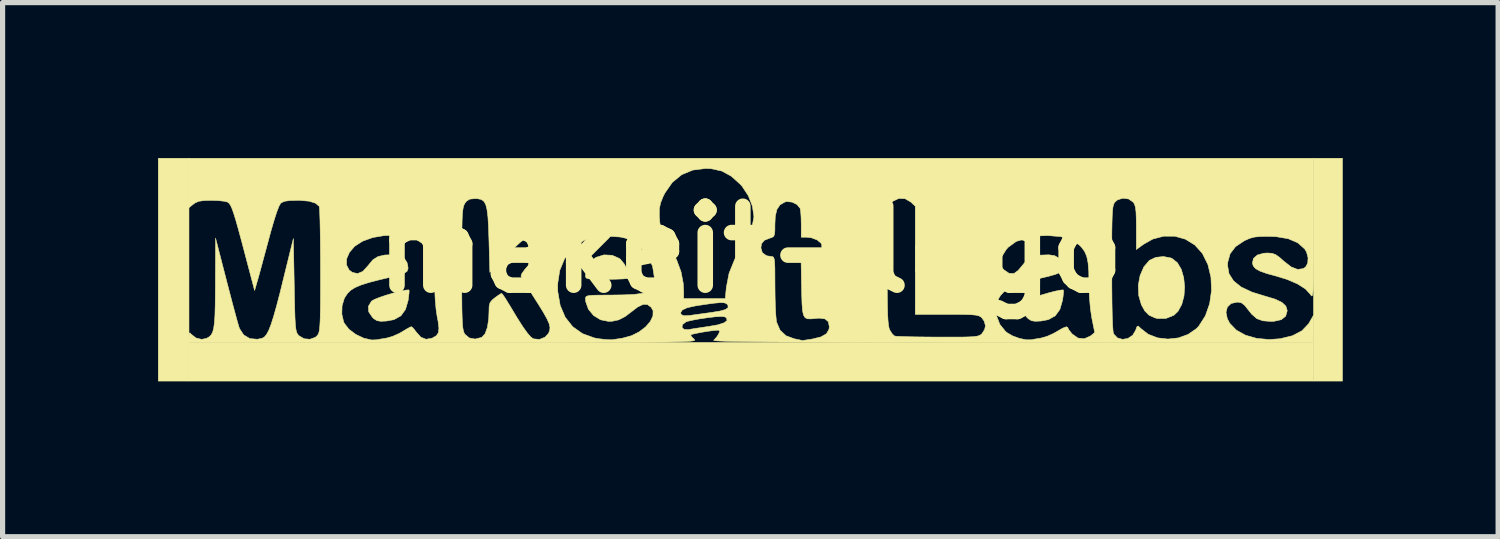
<source format=kicad_pcb>
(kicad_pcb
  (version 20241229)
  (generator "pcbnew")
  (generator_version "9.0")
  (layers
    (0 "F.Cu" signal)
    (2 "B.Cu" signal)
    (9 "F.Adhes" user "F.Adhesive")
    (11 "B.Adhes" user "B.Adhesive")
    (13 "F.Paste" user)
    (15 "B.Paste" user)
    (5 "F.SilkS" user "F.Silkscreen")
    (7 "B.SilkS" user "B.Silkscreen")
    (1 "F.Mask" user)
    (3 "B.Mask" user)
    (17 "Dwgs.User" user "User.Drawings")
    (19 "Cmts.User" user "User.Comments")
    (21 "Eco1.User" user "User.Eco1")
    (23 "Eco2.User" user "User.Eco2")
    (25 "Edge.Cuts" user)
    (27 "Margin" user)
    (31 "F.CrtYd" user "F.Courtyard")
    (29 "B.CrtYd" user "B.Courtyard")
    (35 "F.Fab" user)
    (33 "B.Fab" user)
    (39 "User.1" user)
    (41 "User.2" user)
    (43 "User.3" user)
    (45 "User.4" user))
  (footprint "makeit-logo"
    (layer "F.Cu")
    (at 11.435 1.766)
    (property "Reference" "makeit-logo" (at 0 0 0) (layer "F.SilkS") (effects (font (size 1.524 1.524) (thickness 0.3))))
    (attr through_hole)
    (fp_poly (pts (xy -10.837 -1.761) (xy -10.837 2.54) (xy -11.43 2.54) (xy -11.43 -1.761)) (stroke (width 0.01) (type solid)) (fill yes) (layer "F.SilkS"))
    (fp_poly (pts (xy -10.837 1.795) (xy 10.871 1.795) (xy 10.871 2.54) (xy -10.837 2.54)) (stroke (width 0.01) (type solid)) (fill yes) (layer "F.SilkS"))
    (fp_poly (pts (xy 11.43 -1.761) (xy 11.43 2.54) (xy 10.871 2.54) (xy 10.871 -1.761)) (stroke (width 0.01) (type solid)) (fill yes) (layer "F.SilkS"))
    (fp_poly (pts (xy -6.589 0.783) (xy -6.587 0.821) (xy -6.596 0.904) (xy -6.606 0.981) (xy -6.657 1.157) (xy -6.746 1.28) (xy -6.879 1.354) (xy -7.023 1.381) (xy -7.136 1.386) (xy -7.208 1.374) (xy -7.266 1.338) (xy -7.296 1.309) (xy -7.368 1.203) (xy -7.374 1.098) (xy -7.316 1.001) (xy -7.307 0.993) (xy -7.252 0.962) (xy -7.155 0.924) (xy -7.031 0.882) (xy -6.896 0.842) (xy -6.769 0.808) (xy -6.665 0.786) (xy -6.6 0.78) (xy -6.589 0.783)) (stroke (width 0.01) (type solid)) (fill yes) (layer "F.SilkS"))
    (fp_poly (pts (xy -2.668 0.112) (xy -2.531 0.172) (xy -2.51 0.188) (xy -2.431 0.284) (xy -2.368 0.411) (xy -2.338 0.534) (xy -2.337 0.55) (xy -2.369 0.56) (xy -2.455 0.568) (xy -2.584 0.573) (xy -2.742 0.576) (xy -2.76 0.576) (xy -2.936 0.575) (xy -3.054 0.572) (xy -3.128 0.565) (xy -3.166 0.552) (xy -3.181 0.531) (xy -3.183 0.505) (xy -3.159 0.387) (xy -3.096 0.267) (xy -3.012 0.174) (xy -2.977 0.151) (xy -2.825 0.104) (xy -2.668 0.112)) (stroke (width 0.01) (type solid)) (fill yes) (layer "F.SilkS"))
    (fp_poly (pts (xy 6.043 0.783) (xy 6.045 0.821) (xy 6.037 0.904) (xy 6.026 0.981) (xy 5.975 1.157) (xy 5.886 1.28) (xy 5.753 1.354) (xy 5.61 1.381) (xy 5.496 1.386) (xy 5.424 1.374) (xy 5.367 1.338) (xy 5.336 1.309) (xy 5.265 1.204) (xy 5.257 1.099) (xy 5.313 1.006) (xy 5.334 0.988) (xy 5.391 0.958) (xy 5.491 0.92) (xy 5.616 0.879) (xy 5.749 0.84) (xy 5.875 0.807) (xy 5.976 0.786) (xy 6.035 0.78) (xy 6.043 0.783)) (stroke (width 0.01) (type solid)) (fill yes) (layer "F.SilkS"))
    (fp_poly (pts (xy 8.118 0.164) (xy 8.139 0.173) (xy 8.243 0.255) (xy 8.319 0.384) (xy 8.365 0.544) (xy 8.383 0.72) (xy 8.371 0.897) (xy 8.328 1.06) (xy 8.255 1.194) (xy 8.176 1.269) (xy 8.024 1.331) (xy 7.861 1.333) (xy 7.813 1.321) (xy 7.698 1.27) (xy 7.616 1.189) (xy 7.548 1.067) (xy 7.496 0.887) (xy 7.488 0.693) (xy 7.523 0.504) (xy 7.595 0.337) (xy 7.702 0.211) (xy 7.705 0.209) (xy 7.826 0.152) (xy 7.973 0.136) (xy 8.118 0.164)) (stroke (width 0.01) (type solid)) (fill yes) (layer "F.SilkS"))
    (fp_poly (pts (xy 10.871 -0.398) (xy 10.871 -0.059) (xy 10.871 0.218) (xy 10.869 0.439) (xy 10.867 0.609) (xy 10.864 0.734) (xy 10.86 0.819) (xy 10.853 0.871) (xy 10.845 0.895) (xy 10.834 0.897) (xy 10.821 0.883) (xy 10.809 0.864) (xy 10.715 0.762) (xy 10.563 0.665) (xy 10.364 0.579) (xy 10.159 0.516) (xy 9.969 0.464) (xy 9.837 0.417) (xy 9.753 0.37) (xy 9.708 0.318) (xy 9.692 0.265) (xy 9.711 0.173) (xy 9.787 0.107) (xy 9.911 0.072) (xy 9.983 0.068) (xy 10.07 0.074) (xy 10.142 0.1) (xy 10.221 0.157) (xy 10.298 0.226) (xy 10.441 0.337) (xy 10.565 0.385) (xy 10.672 0.369) (xy 10.717 0.34) (xy 10.759 0.266) (xy 10.766 0.161) (xy 10.737 0.051) (xy 10.702 -0.009) (xy 10.567 -0.129) (xy 10.383 -0.208) (xy 10.146 -0.248) (xy 10.007 -0.253) (xy 9.848 -0.251) (xy 9.734 -0.24) (xy 9.642 -0.216) (xy 9.549 -0.175) (xy 9.533 -0.167) (xy 9.366 -0.055) (xy 9.261 0.082) (xy 9.215 0.248) (xy 9.212 0.309) (xy 9.24 0.468) (xy 9.327 0.606) (xy 9.474 0.724) (xy 9.683 0.823) (xy 9.934 0.9) (xy 10.128 0.958) (xy 10.261 1.021) (xy 10.337 1.093) (xy 10.363 1.177) (xy 10.363 1.183) (xy 10.334 1.287) (xy 10.249 1.355) (xy 10.109 1.386) (xy 10.053 1.389) (xy 9.894 1.377) (xy 9.777 1.335) (xy 9.679 1.25) (xy 9.616 1.171) (xy 9.542 1.078) (xy 9.481 1.031) (xy 9.412 1.016) (xy 9.398 1.016) (xy 9.281 1.042) (xy 9.208 1.111) (xy 9.182 1.213) (xy 9.207 1.336) (xy 9.255 1.426) (xy 9.382 1.557) (xy 9.559 1.655) (xy 9.774 1.716) (xy 10.015 1.738) (xy 10.225 1.723) (xy 10.464 1.665) (xy 10.648 1.569) (xy 10.777 1.433) (xy 10.793 1.405) (xy 10.87 1.27) (xy 10.871 1.532) (xy 10.871 1.795) (xy 5.055 1.794) (xy 4.291 1.794) (xy 3.593 1.793) (xy 2.957 1.793) (xy 2.382 1.792) (xy 1.865 1.791) (xy 1.403 1.789) (xy 0.995 1.788) (xy 0.637 1.786) (xy 0.327 1.784) (xy 0.063 1.781) (xy -0.158 1.778) (xy -0.337 1.775) (xy -0.479 1.771) (xy -0.584 1.767) (xy -0.656 1.763) (xy -0.697 1.758) (xy -0.709 1.753) (xy -0.708 1.752) (xy -0.65 1.689) (xy -0.614 1.634) (xy -0.591 1.578) (xy -0.611 1.559) (xy -0.634 1.558) (xy -0.707 1.564) (xy -0.813 1.578) (xy -0.931 1.597) (xy -1.04 1.618) (xy -1.121 1.636) (xy -1.151 1.647) (xy -1.14 1.678) (xy -1.091 1.728) (xy -1.088 1.73) (xy -1.079 1.739) (xy -1.074 1.747) (xy -1.078 1.754) (xy -1.093 1.761) (xy -1.123 1.766) (xy -1.172 1.771) (xy -1.241 1.776) (xy -1.335 1.78) (xy -1.457 1.783) (xy -1.609 1.786) (xy -1.795 1.788) (xy -2.019 1.79) (xy -2.283 1.791) (xy -2.59 1.793) (xy -2.944 1.793) (xy -3.348 1.794) (xy -3.806 1.795) (xy -4.319 1.795) (xy -4.892 1.795) (xy -5.528 1.795) (xy -5.923 1.795) (xy -10.837 1.795) (xy -10.837 1.687) (xy -10.834 1.618) (xy -10.819 1.608) (xy -10.795 1.635) (xy -10.704 1.707) (xy -10.592 1.735) (xy -10.496 1.715) (xy -10.448 1.687) (xy -10.411 1.652) (xy -10.382 1.601) (xy -10.361 1.526) (xy -10.346 1.42) (xy -10.336 1.275) (xy -10.331 1.082) (xy -10.328 0.835) (xy -10.327 0.643) (xy -10.324 -0.22) (xy -10.11 0.61) (xy -10.05 0.841) (xy -9.994 1.054) (xy -9.944 1.24) (xy -9.904 1.387) (xy -9.875 1.486) (xy -9.863 1.524) (xy -9.781 1.649) (xy -9.663 1.72) (xy -9.517 1.733) (xy -9.426 1.714) (xy -9.382 1.69) (xy -9.341 1.642) (xy -9.299 1.565) (xy -9.254 1.451) (xy -9.204 1.295) (xy -9.146 1.09) (xy -9.078 0.83) (xy -9.021 0.597) (xy -8.822 -0.211) (xy -8.805 0.69) (xy -8.8 0.96) (xy -8.795 1.171) (xy -8.79 1.331) (xy -8.783 1.448) (xy -8.774 1.53) (xy -8.763 1.585) (xy -8.748 1.622) (xy -8.728 1.649) (xy -8.715 1.664) (xy -8.615 1.723) (xy -8.501 1.733) (xy -8.397 1.695) (xy -8.357 1.658) (xy -8.341 1.633) (xy -8.328 1.599) (xy -8.318 1.548) (xy -8.311 1.472) (xy -8.305 1.366) (xy -8.302 1.249) (xy -7.886 1.249) (xy -7.852 1.396) (xy -7.84 1.422) (xy -7.75 1.539) (xy -7.617 1.639) (xy -7.464 1.712) (xy -7.311 1.747) (xy -7.214 1.743) (xy -7.149 1.731) (xy -7.051 1.715) (xy -7.022 1.71) (xy -6.908 1.678) (xy -6.78 1.621) (xy -6.724 1.589) (xy -6.633 1.534) (xy -6.566 1.498) (xy -6.544 1.49) (xy -6.51 1.516) (xy -6.461 1.578) (xy -6.453 1.59) (xy -6.36 1.694) (xy -6.26 1.733) (xy -6.144 1.712) (xy -6.14 1.71) (xy -6.065 1.667) (xy -6.023 1.608) (xy -6.012 1.52) (xy -6.028 1.388) (xy -6.045 1.303) (xy -6.066 1.165) (xy -6.083 0.984) (xy -6.093 0.785) (xy -6.095 0.657) (xy -6.099 0.433) (xy -6.104 0.372) (xy -5.571 0.372) (xy -5.571 0.688) (xy -5.57 0.943) (xy -5.568 1.145) (xy -5.564 1.3) (xy -5.559 1.416) (xy -5.552 1.5) (xy -5.542 1.559) (xy -5.53 1.6) (xy -5.514 1.631) (xy -5.511 1.636) (xy -5.427 1.707) (xy -5.314 1.729) (xy -5.191 1.698) (xy -5.181 1.693) (xy -5.121 1.626) (xy -5.076 1.503) (xy -5.051 1.336) (xy -5.046 1.212) (xy -5.043 1.099) (xy -5.026 1.028) (xy -4.985 0.976) (xy -4.933 0.933) (xy -4.859 0.88) (xy -4.809 0.849) (xy -4.801 0.847) (xy -4.777 0.874) (xy -4.728 0.946) (xy -4.664 1.05) (xy -4.638 1.092) (xy -4.5 1.322) (xy -4.389 1.496) (xy -4.301 1.618) (xy -4.233 1.694) (xy -4.187 1.725) (xy -4.071 1.736) (xy -3.963 1.692) (xy -3.898 1.621) (xy -3.874 1.565) (xy -3.868 1.505) (xy -3.884 1.433) (xy -3.927 1.337) (xy -3.999 1.208) (xy -4.105 1.037) (xy -4.152 0.964) (xy -4.246 0.815) (xy -4.328 0.684) (xy -4.341 0.663) (xy -3.72 0.663) (xy -3.718 0.811) (xy -3.671 1.081) (xy -3.574 1.308) (xy -3.429 1.491) (xy -3.24 1.625) (xy -3.009 1.708) (xy -2.925 1.723) (xy -2.805 1.737) (xy -2.704 1.743) (xy -2.659 1.741) (xy -2.581 1.729) (xy -2.477 1.713) (xy -2.457 1.709) (xy -2.294 1.664) (xy -2.147 1.59) (xy -2.034 1.504) (xy -1.32 1.504) (xy -1.28 1.542) (xy -1.194 1.547) (xy -1.186 1.545) (xy -1.113 1.532) (xy -0.995 1.514) (xy -0.855 1.493) (xy -0.813 1.487) (xy -0.625 1.454) (xy -0.503 1.414) (xy -0.449 1.37) (xy -0.462 1.32) (xy -0.466 1.315) (xy -0.503 1.298) (xy -0.572 1.293) (xy -0.686 1.3) (xy -0.834 1.318) (xy -0.985 1.34) (xy -1.118 1.365) (xy -1.213 1.387) (xy -1.241 1.397) (xy -1.31 1.449) (xy -1.32 1.504) (xy -2.034 1.504) (xy -2.023 1.496) (xy -1.932 1.39) (xy -1.881 1.283) (xy -1.879 1.221) (xy -1.347 1.221) (xy -1.336 1.255) (xy -1.283 1.279) (xy -1.176 1.274) (xy -1.172 1.274) (xy -1.069 1.259) (xy -0.928 1.24) (xy -0.777 1.219) (xy -0.763 1.217) (xy -0.592 1.19) (xy -0.483 1.16) (xy -0.431 1.124) (xy -0.432 1.081) (xy -0.446 1.06) (xy -0.472 1.039) (xy -0.516 1.028) (xy -0.587 1.027) (xy -0.695 1.036) (xy -0.85 1.057) (xy -1.056 1.088) (xy -1.216 1.123) (xy -1.314 1.168) (xy -1.347 1.221) (xy -1.879 1.221) (xy -1.878 1.182) (xy -1.915 1.116) (xy -1.988 1.062) (xy -2.071 1.06) (xy -2.175 1.11) (xy -2.273 1.185) (xy -2.416 1.294) (xy -2.54 1.358) (xy -2.666 1.385) (xy -2.737 1.388) (xy -2.892 1.357) (xy -3.027 1.274) (xy -3.127 1.152) (xy -3.179 1.005) (xy -3.183 0.949) (xy -3.18 0.922) (xy -3.163 0.903) (xy -3.123 0.891) (xy -3.048 0.884) (xy -2.929 0.881) (xy -2.756 0.88) (xy -2.701 0.88) (xy -2.436 0.876) (xy -2.231 0.866) (xy -2.079 0.845) (xy -1.973 0.811) (xy -1.905 0.761) (xy -1.867 0.691) (xy -1.853 0.6) (xy -1.852 0.548) (xy -1.888 0.323) (xy -1.985 0.119) (xy -2.136 -0.055) (xy -2.319 -0.18) (xy -2.407 -0.217) (xy -2.507 -0.24) (xy -2.639 -0.25) (xy -2.76 -0.253) (xy -2.914 -0.251) (xy -3.022 -0.242) (xy -3.108 -0.22) (xy -3.194 -0.182) (xy -3.244 -0.155) (xy -3.439 -0.01) (xy -3.586 0.179) (xy -3.68 0.405) (xy -3.72 0.663) (xy -4.341 0.663) (xy -4.39 0.582) (xy -4.424 0.522) (xy -4.428 0.514) (xy -4.414 0.47) (xy -4.36 0.393) (xy -4.276 0.295) (xy -4.242 0.26) (xy -4.12 0.13) (xy -4.047 0.032) (xy -4.016 -0.045) (xy -4.024 -0.112) (xy -4.066 -0.181) (xy -4.066 -0.181) (xy -4.125 -0.243) (xy -4.185 -0.273) (xy -4.255 -0.266) (xy -4.341 -0.22) (xy -4.452 -0.13) (xy -4.596 0.006) (xy -4.676 0.086) (xy -5.029 0.442) (xy -5.046 -0.178) (xy -5.055 -0.433) (xy -5.066 -0.628) (xy -5.07 -0.658) (xy -1.758 -0.658) (xy -1.756 -0.614) (xy -1.746 -0.507) (xy -1.728 -0.414) (xy -1.693 -0.319) (xy -1.636 -0.203) (xy -1.551 -0.05) (xy -1.422 0.204) (xy -1.338 0.432) (xy -1.296 0.652) (xy -1.287 0.819) (xy -1.287 0.948) (xy -0.484 0.948) (xy -0.464 0.734) (xy -0.411 0.459) (xy -0.302 0.189) (xy -0.17 -0.031) (xy 0.203 -0.031) (xy 0.232 0.064) (xy 0.313 0.121) (xy 0.404 0.135) (xy 0.43 0.138) (xy 0.448 0.152) (xy 0.461 0.188) (xy 0.469 0.254) (xy 0.473 0.361) (xy 0.474 0.517) (xy 0.475 0.703) (xy 0.477 0.903) (xy 0.482 1.089) (xy 0.49 1.246) (xy 0.5 1.36) (xy 0.506 1.402) (xy 0.573 1.557) (xy 0.688 1.665) (xy 0.848 1.724) (xy 0.938 1.742) (xy 0.992 1.755) (xy 0.999 1.757) (xy 1.029 1.754) (xy 1.108 1.742) (xy 1.198 1.728) (xy 1.364 1.687) (xy 1.469 1.626) (xy 1.518 1.541) (xy 1.524 1.489) (xy 1.504 1.393) (xy 1.44 1.34) (xy 1.326 1.325) (xy 1.259 1.331) (xy 1.17 1.34) (xy 1.103 1.338) (xy 1.057 1.317) (xy 1.026 1.267) (xy 1.007 1.18) (xy 0.997 1.048) (xy 0.991 0.863) (xy 0.988 0.712) (xy 0.981 0.325) (xy 2.642 0.325) (xy 2.642 0.644) (xy 2.644 0.902) (xy 2.647 1.106) (xy 2.651 1.263) (xy 2.658 1.38) (xy 2.667 1.463) (xy 2.678 1.52) (xy 2.692 1.556) (xy 2.739 1.63) (xy 2.784 1.671) (xy 2.785 1.671) (xy 2.83 1.676) (xy 2.932 1.68) (xy 3.082 1.685) (xy 3.27 1.688) (xy 3.485 1.69) (xy 3.615 1.691) (xy 3.867 1.691) (xy 4.06 1.691) (xy 4.202 1.688) (xy 4.304 1.683) (xy 4.373 1.674) (xy 4.418 1.662) (xy 4.449 1.644) (xy 4.47 1.626) (xy 4.522 1.545) (xy 4.538 1.473) (xy 4.515 1.386) (xy 4.47 1.321) (xy 4.442 1.297) (xy 4.404 1.279) (xy 4.348 1.267) (xy 4.262 1.259) (xy 4.138 1.255) (xy 3.963 1.253) (xy 3.793 1.253) (xy 3.183 1.253) (xy 3.183 1.111) (xy 4.744 1.111) (xy 4.753 1.283) (xy 4.816 1.446) (xy 4.927 1.583) (xy 4.954 1.605) (xy 5.064 1.669) (xy 5.2 1.718) (xy 5.331 1.744) (xy 5.419 1.743) (xy 5.483 1.731) (xy 5.581 1.715) (xy 5.611 1.71) (xy 5.724 1.678) (xy 5.852 1.621) (xy 5.908 1.589) (xy 6.027 1.52) (xy 6.099 1.492) (xy 6.128 1.505) (xy 6.13 1.516) (xy 6.151 1.555) (xy 6.203 1.62) (xy 6.216 1.634) (xy 6.325 1.71) (xy 6.445 1.723) (xy 6.562 1.672) (xy 6.571 1.665) (xy 6.648 1.603) (xy 6.592 1.326) (xy 6.564 1.14) (xy 6.545 0.915) (xy 6.536 0.681) (xy 6.536 0.648) (xy 6.533 0.426) (xy 6.527 0.362) (xy 6.977 0.362) (xy 6.978 0.73) (xy 6.981 1.037) (xy 6.986 1.282) (xy 6.993 1.464) (xy 7.002 1.581) (xy 7.013 1.63) (xy 7.086 1.707) (xy 7.184 1.735) (xy 7.288 1.717) (xy 7.379 1.657) (xy 7.436 1.563) (xy 7.462 1.491) (xy 7.486 1.477) (xy 7.524 1.512) (xy 7.533 1.522) (xy 7.681 1.637) (xy 7.862 1.706) (xy 8.06 1.729) (xy 8.262 1.707) (xy 8.45 1.639) (xy 8.611 1.528) (xy 8.657 1.479) (xy 8.784 1.28) (xy 8.866 1.046) (xy 8.902 0.793) (xy 8.891 0.536) (xy 8.833 0.293) (xy 8.727 0.078) (xy 8.727 0.077) (xy 8.579 -0.087) (xy 8.397 -0.199) (xy 8.194 -0.256) (xy 7.98 -0.257) (xy 7.768 -0.201) (xy 7.591 -0.101) (xy 7.451 0.000425) (xy 7.451 -0.419) (xy 7.449 -0.603) (xy 7.444 -0.732) (xy 7.432 -0.819) (xy 7.414 -0.876) (xy 7.391 -0.913) (xy 7.302 -0.975) (xy 7.192 -0.99) (xy 7.088 -0.958) (xy 7.039 -0.916) (xy 7.022 -0.892) (xy 7.009 -0.859) (xy 6.998 -0.811) (xy 6.991 -0.741) (xy 6.985 -0.641) (xy 6.981 -0.506) (xy 6.978 -0.327) (xy 6.977 -0.098) (xy 6.977 0.188) (xy 6.977 0.362) (xy 6.527 0.362) (xy 6.519 0.258) (xy 6.493 0.132) (xy 6.45 0.034) (xy 6.388 -0.048) (xy 6.343 -0.092) (xy 6.189 -0.19) (xy 5.988 -0.249) (xy 5.737 -0.269) (xy 5.6 -0.264) (xy 5.338 -0.228) (xy 5.129 -0.153) (xy 4.975 -0.041) (xy 4.937 0.004) (xy 4.852 0.141) (xy 4.826 0.252) (xy 4.855 0.347) (xy 4.891 0.39) (xy 4.993 0.46) (xy 5.088 0.464) (xy 5.172 0.403) (xy 5.173 0.401) (xy 5.275 0.278) (xy 5.349 0.197) (xy 5.41 0.15) (xy 5.474 0.125) (xy 5.554 0.113) (xy 5.598 0.109) (xy 5.763 0.103) (xy 5.875 0.12) (xy 5.948 0.163) (xy 5.993 0.234) (xy 6.022 0.307) (xy 6.033 0.364) (xy 6.02 0.408) (xy 5.975 0.445) (xy 5.891 0.48) (xy 5.76 0.517) (xy 5.574 0.561) (xy 5.44 0.592) (xy 5.212 0.652) (xy 5.04 0.718) (xy 4.916 0.795) (xy 4.828 0.889) (xy 4.792 0.948) (xy 4.744 1.111) (xy 3.183 1.111) (xy 3.183 -0.835) (xy 3.1 -0.914) (xy 2.987 -0.98) (xy 2.865 -0.985) (xy 2.753 -0.932) (xy 2.718 -0.898) (xy 2.697 -0.872) (xy 2.681 -0.845) (xy 2.668 -0.807) (xy 2.658 -0.753) (xy 2.651 -0.674) (xy 2.647 -0.564) (xy 2.644 -0.415) (xy 2.642 -0.22) (xy 2.642 0.029) (xy 2.642 0.325) (xy 0.981 0.325) (xy 0.978 0.135) (xy 1.115 0.135) (xy 1.237 0.115) (xy 1.329 0.063) (xy 1.38 -0.011) (xy 1.378 -0.093) (xy 1.363 -0.122) (xy 1.288 -0.185) (xy 1.175 -0.227) (xy 1.086 -0.237) (xy 0.982 -0.237) (xy 0.982 -0.488) (xy 0.979 -0.619) (xy 0.972 -0.727) (xy 0.962 -0.792) (xy 0.961 -0.794) (xy 0.902 -0.866) (xy 0.807 -0.914) (xy 0.704 -0.925) (xy 0.666 -0.916) (xy 0.572 -0.861) (xy 0.512 -0.772) (xy 0.481 -0.639) (xy 0.474 -0.487) (xy 0.473 -0.361) (xy 0.465 -0.287) (xy 0.446 -0.248) (xy 0.409 -0.229) (xy 0.381 -0.221) (xy 0.271 -0.178) (xy 0.216 -0.112) (xy 0.203 -0.031) (xy -0.17 -0.031) (xy -0.164 -0.042) (xy -0.045 -0.245) (xy 0.034 -0.443) (xy 0.067 -0.619) (xy 0.068 -0.643) (xy 0.039 -0.838) (xy -0.04 -1.038) (xy -0.159 -1.219) (xy -0.192 -1.256) (xy -0.369 -1.415) (xy -0.551 -1.514) (xy -0.752 -1.559) (xy -0.863 -1.564) (xy -1.111 -1.533) (xy -1.325 -1.444) (xy -1.505 -1.297) (xy -1.649 -1.091) (xy -1.684 -1.022) (xy -1.733 -0.901) (xy -1.756 -0.791) (xy -1.758 -0.658) (xy -5.07 -0.658) (xy -5.084 -0.771) (xy -5.109 -0.869) (xy -5.146 -0.932) (xy -5.197 -0.966) (xy -5.264 -0.98) (xy -5.317 -0.982) (xy -5.417 -0.972) (xy -5.481 -0.931) (xy -5.511 -0.891) (xy -5.527 -0.861) (xy -5.54 -0.822) (xy -5.55 -0.766) (xy -5.558 -0.687) (xy -5.564 -0.577) (xy -5.567 -0.429) (xy -5.57 -0.236) (xy -5.571 0.01) (xy -5.571 0.315) (xy -5.571 0.372) (xy -6.104 0.372) (xy -6.112 0.264) (xy -6.138 0.137) (xy -6.179 0.039) (xy -6.239 -0.042) (xy -6.287 -0.089) (xy -6.435 -0.184) (xy -6.626 -0.245) (xy -6.843 -0.273) (xy -7.069 -0.268) (xy -7.288 -0.231) (xy -7.484 -0.161) (xy -7.637 -0.063) (xy -7.74 0.056) (xy -7.794 0.181) (xy -7.796 0.298) (xy -7.745 0.396) (xy -7.684 0.442) (xy -7.582 0.465) (xy -7.481 0.423) (xy -7.381 0.313) (xy -7.374 0.304) (xy -7.287 0.199) (xy -7.188 0.137) (xy -7.058 0.107) (xy -6.926 0.102) (xy -6.781 0.115) (xy -6.687 0.161) (xy -6.631 0.246) (xy -6.617 0.29) (xy -6.607 0.366) (xy -6.627 0.421) (xy -6.688 0.463) (xy -6.8 0.499) (xy -6.897 0.523) (xy -7.158 0.584) (xy -7.362 0.637) (xy -7.517 0.686) (xy -7.632 0.735) (xy -7.716 0.788) (xy -7.778 0.85) (xy -7.826 0.923) (xy -7.84 0.948) (xy -7.882 1.088) (xy -7.886 1.249) (xy -8.302 1.249) (xy -8.301 1.222) (xy -8.299 1.033) (xy -8.298 0.792) (xy -8.298 0.493) (xy -8.298 0.394) (xy -8.299 0.116) (xy -8.301 -0.141) (xy -8.304 -0.37) (xy -8.308 -0.561) (xy -8.313 -0.707) (xy -8.318 -0.801) (xy -8.323 -0.833) (xy -8.395 -0.894) (xy -8.516 -0.932) (xy -8.694 -0.948) (xy -8.752 -0.948) (xy -8.896 -0.944) (xy -8.99 -0.931) (xy -9.049 -0.905) (xy -9.07 -0.887) (xy -9.101 -0.832) (xy -9.144 -0.719) (xy -9.196 -0.557) (xy -9.255 -0.355) (xy -9.292 -0.218) (xy -9.348 -0.009) (xy -9.403 0.193) (xy -9.451 0.372) (xy -9.49 0.514) (xy -9.512 0.591) (xy -9.57 0.792) (xy -9.748 0.117) (xy -9.823 -0.167) (xy -9.884 -0.392) (xy -9.933 -0.565) (xy -9.973 -0.694) (xy -10.005 -0.786) (xy -10.033 -0.848) (xy -10.058 -0.886) (xy -10.083 -0.909) (xy -10.093 -0.915) (xy -10.157 -0.931) (xy -10.265 -0.943) (xy -10.397 -0.948) (xy -10.407 -0.948) (xy -10.551 -0.944) (xy -10.648 -0.93) (xy -10.717 -0.9) (xy -10.748 -0.878) (xy -10.837 -0.808) (xy -10.837 -1.761) (xy 10.871 -1.761) (xy 10.871 -0.398)) (stroke (width 0.01) (type solid)) (fill yes) (layer "F.SilkS")))
  (gr_rect
    (start -3 -3)
    (end 25.87 7.311)
    (stroke (width 0.1) (type default))
    (fill no)
    (layer "Edge.Cuts")))
</source>
